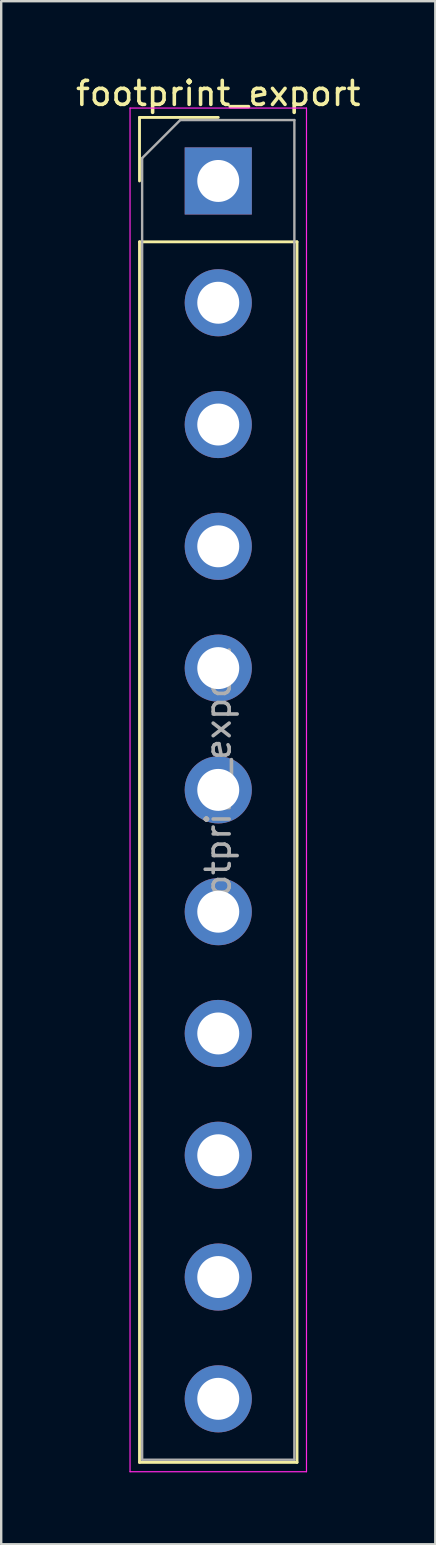
<source format=kicad_pcb>
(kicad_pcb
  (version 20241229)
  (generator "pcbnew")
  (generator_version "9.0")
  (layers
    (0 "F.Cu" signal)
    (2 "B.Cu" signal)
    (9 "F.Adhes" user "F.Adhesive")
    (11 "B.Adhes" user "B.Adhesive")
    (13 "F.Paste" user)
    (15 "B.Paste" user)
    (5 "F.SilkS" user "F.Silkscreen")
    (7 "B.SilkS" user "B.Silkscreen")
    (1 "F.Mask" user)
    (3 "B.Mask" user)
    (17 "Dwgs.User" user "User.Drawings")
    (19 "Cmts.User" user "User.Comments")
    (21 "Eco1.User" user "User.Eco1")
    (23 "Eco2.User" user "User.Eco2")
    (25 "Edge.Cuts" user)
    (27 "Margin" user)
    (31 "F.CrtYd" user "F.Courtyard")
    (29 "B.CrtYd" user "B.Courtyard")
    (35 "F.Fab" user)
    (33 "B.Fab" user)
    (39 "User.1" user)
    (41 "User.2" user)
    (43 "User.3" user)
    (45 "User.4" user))
  (footprint "footprint_export"
    (layer "F.Cu")
    (at 6.054 4.498)
    (property "Reference" "footprint_export" (at 0 -3.65 0) (layer "F.SilkS") (effects (font (size 1 1) (thickness 0.15))))
    (attr through_hole)
    (fp_line (start -3.285 -2.65) (end 0 -2.65) (stroke (width 0.12) (type solid)) (layer "F.SilkS"))
    (fp_line (start -3.285 0) (end -3.285 -2.65) (stroke (width 0.12) (type solid)) (layer "F.SilkS"))
    (fp_line (start -3.285 2.54) (end -3.285 53.45) (stroke (width 0.12) (type solid)) (layer "F.SilkS"))
    (fp_line (start -3.285 2.54) (end 3.285 2.54) (stroke (width 0.12) (type solid)) (layer "F.SilkS"))
    (fp_line (start -3.285 53.45) (end 3.285 53.45) (stroke (width 0.12) (type solid)) (layer "F.SilkS"))
    (fp_line (start 3.285 2.54) (end 3.285 53.45) (stroke (width 0.12) (type solid)) (layer "F.SilkS"))
    (fp_line (start -3.68 -3.04) (end -3.68 53.84) (stroke (width 0.05) (type solid)) (layer "F.CrtYd"))
    (fp_line (start -3.68 53.84) (end 3.68 53.84) (stroke (width 0.05) (type solid)) (layer "F.CrtYd"))
    (fp_line (start 3.68 -3.04) (end -3.68 -3.04) (stroke (width 0.05) (type solid)) (layer "F.CrtYd"))
    (fp_line (start 3.68 53.84) (end 3.68 -3.04) (stroke (width 0.05) (type solid)) (layer "F.CrtYd"))
    (fp_line (start -3.175 -0.953) (end -1.587 -2.54) (stroke (width 0.1) (type solid)) (layer "F.Fab"))
    (fp_line (start -3.175 53.34) (end -3.175 -0.953) (stroke (width 0.1) (type solid)) (layer "F.Fab"))
    (fp_line (start -1.587 -2.54) (end 3.175 -2.54) (stroke (width 0.1) (type solid)) (layer "F.Fab"))
    (fp_line (start 3.175 -2.54) (end 3.175 53.34) (stroke (width 0.1) (type solid)) (layer "F.Fab"))
    (fp_line (start 3.175 53.34) (end -3.175 53.34) (stroke (width 0.1) (type solid)) (layer "F.Fab"))
    (fp_text user "${REFERENCE}" (at 0 25.4 90) (layer "F.Fab") (effects (font (size 1 1) (thickness 0.15))))
    (pad "1" thru_hole rect (at 0 0) (size 2.8 2.8) (drill 1.75) (layers "*.Cu" "*.Mask"))
    (pad "2" thru_hole circle (at 0 5.08) (size 2.8 2.8) (drill 1.75) (layers "*.Cu" "*.Mask"))
    (pad "3" thru_hole circle (at 0 10.16) (size 2.8 2.8) (drill 1.75) (layers "*.Cu" "*.Mask"))
    (pad "4" thru_hole circle (at 0 15.24) (size 2.8 2.8) (drill 1.75) (layers "*.Cu" "*.Mask"))
    (pad "5" thru_hole circle (at 0 20.32) (size 2.8 2.8) (drill 1.75) (layers "*.Cu" "*.Mask"))
    (pad "6" thru_hole circle (at 0 25.4) (size 2.8 2.8) (drill 1.75) (layers "*.Cu" "*.Mask"))
    (pad "7" thru_hole circle (at 0 30.48) (size 2.8 2.8) (drill 1.75) (layers "*.Cu" "*.Mask"))
    (pad "8" thru_hole circle (at 0 35.56) (size 2.8 2.8) (drill 1.75) (layers "*.Cu" "*.Mask"))
    (pad "9" thru_hole circle (at 0 40.64) (size 2.8 2.8) (drill 1.75) (layers "*.Cu" "*.Mask"))
    (pad "10" thru_hole circle (at 0 45.72) (size 2.8 2.8) (drill 1.75) (layers "*.Cu" "*.Mask"))
    (pad "11" thru_hole circle (at 0 50.8) (size 2.8 2.8) (drill 1.75) (layers "*.Cu" "*.Mask")))
  (gr_rect
    (start -3 -3)
    (end 15.107 61.363)
    (stroke (width 0.1) (type default))
    (fill no)
    (layer "Edge.Cuts")))
</source>
